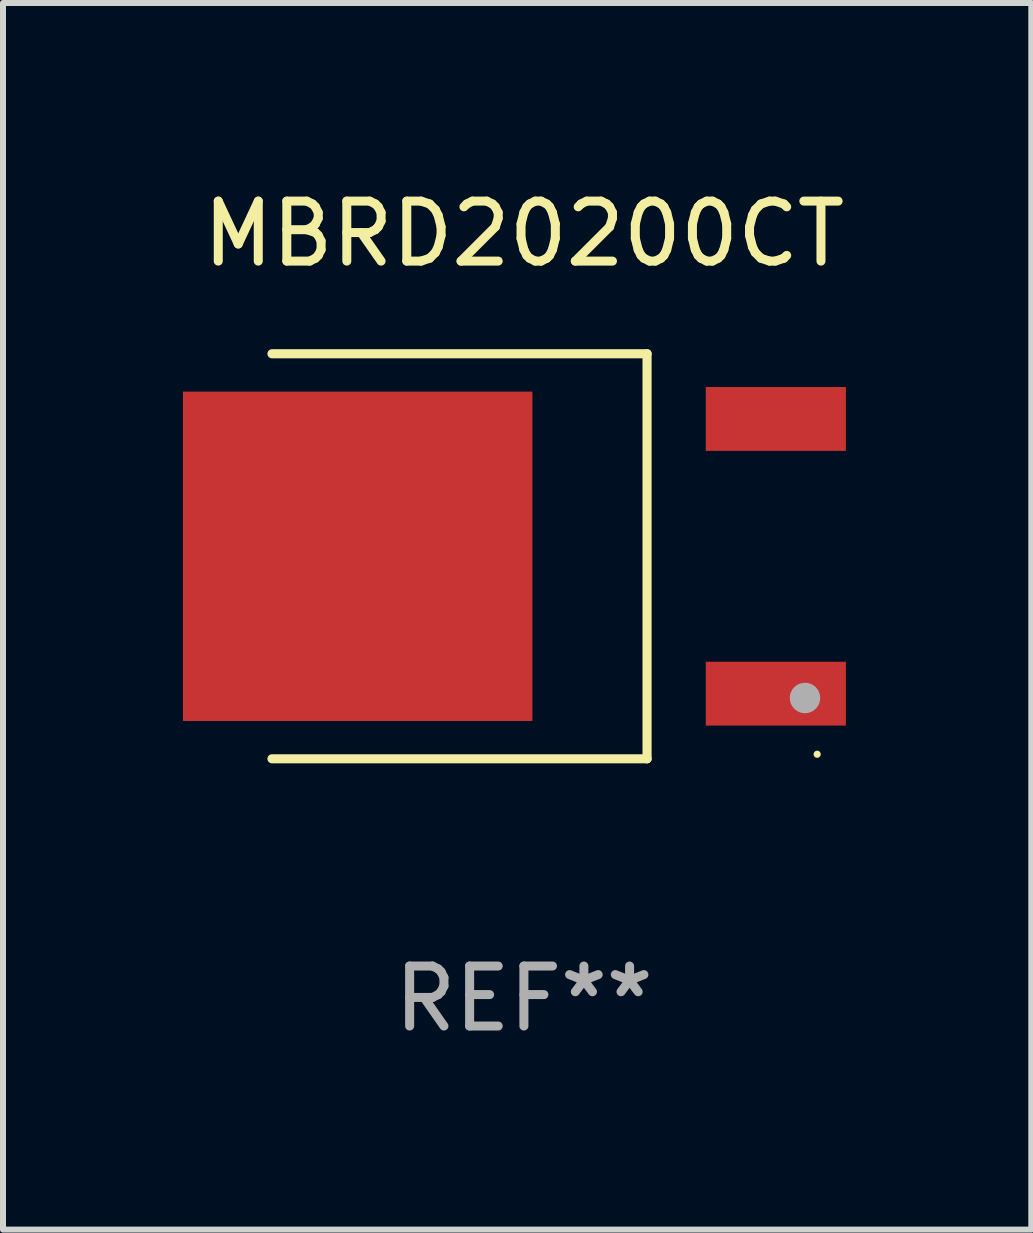
<source format=kicad_pcb>
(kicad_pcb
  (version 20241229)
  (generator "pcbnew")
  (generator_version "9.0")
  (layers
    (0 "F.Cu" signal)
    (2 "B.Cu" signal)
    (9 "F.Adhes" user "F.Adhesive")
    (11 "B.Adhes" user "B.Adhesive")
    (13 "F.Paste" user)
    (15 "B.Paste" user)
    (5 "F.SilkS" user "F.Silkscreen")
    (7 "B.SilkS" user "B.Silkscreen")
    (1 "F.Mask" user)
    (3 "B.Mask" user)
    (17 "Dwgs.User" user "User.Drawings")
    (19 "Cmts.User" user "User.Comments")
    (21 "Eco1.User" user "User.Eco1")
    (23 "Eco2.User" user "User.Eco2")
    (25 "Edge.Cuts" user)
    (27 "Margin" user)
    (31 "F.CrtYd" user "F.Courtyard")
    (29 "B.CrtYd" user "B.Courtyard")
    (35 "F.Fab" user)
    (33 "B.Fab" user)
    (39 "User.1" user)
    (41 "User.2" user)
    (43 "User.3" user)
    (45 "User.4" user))
  (footprint "MBRD20200CT"
    (layer "F.Cu")
    (at 5.684 6.224)
    (property "Reference" "MBRD20200CT" (at 0 -5.376 0) (layer "F.SilkS") (effects (font (size 1 1) (thickness 0.15))))
    (attr through_hole)
    (fp_line (start -4.2 -3.376) (end 2.053 -3.376) (stroke (width 0.152) (type solid)) (layer "F.SilkS"))
    (fp_line (start -4.2 3.376) (end 2.053 3.376) (stroke (width 0.152) (type solid)) (layer "F.SilkS"))
    (fp_line (start 2.053 3.376) (end 2.053 -3.376) (stroke (width 0.152) (type solid)) (layer "F.SilkS"))
    (fp_circle (center 4.889 3.3) (end 4.919 3.3) (stroke (width 0.06) (type solid)) (fill no) (layer "F.SilkS"))
    (fp_circle (center 4.686 2.362) (end 4.813 2.362) (stroke (width 0.254) (type solid)) (fill no) (layer "F.Fab"))
    (fp_text user "REF**" (at 0 7.376 0) (layer "F.Fab") (effects (font (size 1 1) (thickness 0.15))))
    (pad "1" smd rect (at 4.2 2.29) (size 2.336 1.064) (layers "F.Cu" "F.Mask" "F.Paste"))
    (pad "3" smd rect (at 4.2 -2.29) (size 2.336 1.064) (layers "F.Cu" "F.Mask" "F.Paste"))
    (pad "4" smd rect (at -2.771 0) (size 5.826 5.491) (layers "F.Cu" "F.Mask" "F.Paste")))
  (gr_rect
    (start -3 -3)
    (end 14.143 17.449)
    (stroke (width 0.1) (type default))
    (fill no)
    (layer "Edge.Cuts")))
</source>
